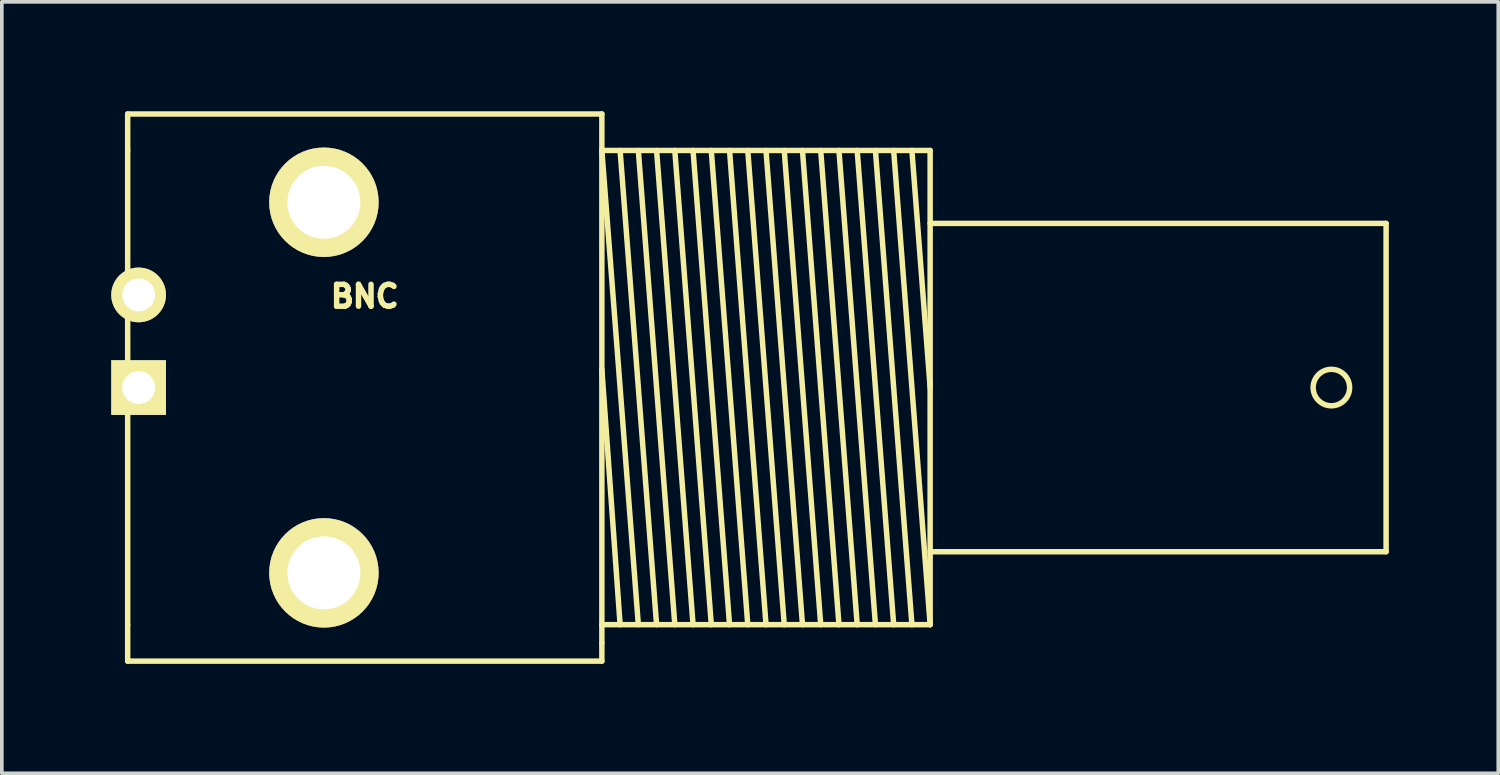
<source format=kicad_pcb>
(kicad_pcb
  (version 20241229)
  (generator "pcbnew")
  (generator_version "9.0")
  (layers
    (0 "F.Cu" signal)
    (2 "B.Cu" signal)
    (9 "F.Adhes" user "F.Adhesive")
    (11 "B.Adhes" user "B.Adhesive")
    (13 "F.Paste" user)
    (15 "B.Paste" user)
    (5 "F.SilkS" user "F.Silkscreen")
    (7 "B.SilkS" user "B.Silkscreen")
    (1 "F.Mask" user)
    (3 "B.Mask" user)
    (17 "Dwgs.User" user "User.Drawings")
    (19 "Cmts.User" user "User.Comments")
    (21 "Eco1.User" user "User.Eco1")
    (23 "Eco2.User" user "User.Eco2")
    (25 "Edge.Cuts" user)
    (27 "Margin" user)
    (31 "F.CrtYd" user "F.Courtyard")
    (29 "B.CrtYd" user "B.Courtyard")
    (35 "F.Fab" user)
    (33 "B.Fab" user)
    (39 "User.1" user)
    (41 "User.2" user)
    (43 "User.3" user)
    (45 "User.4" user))
  (footprint "BNC"
    (layer "F.Cu")
    (at 6.95 7.575)
    (property "Reference" "BNC" (at 0 -2.5 0) (layer "F.SilkS") (effects (font (size 0.6 0.6) (thickness 0.15))))
    (attr through_hole)
    (fp_line (start -6.5 -7.5) (end -6.5 -6.5) (stroke (width 0.15) (type solid)) (layer "F.SilkS"))
    (fp_line (start -6.5 6.5) (end -6.5 -6.5) (stroke (width 0.15) (type solid)) (layer "F.SilkS"))
    (fp_line (start -6.5 7.5) (end -6.5 6.5) (stroke (width 0.15) (type solid)) (layer "F.SilkS"))
    (fp_line (start 6.5 -7.5) (end -6.5 -7.5) (stroke (width 0.15) (type solid)) (layer "F.SilkS"))
    (fp_line (start 6.5 -7.5) (end 6.5 -6.5) (stroke (width 0.15) (type solid)) (layer "F.SilkS"))
    (fp_line (start 6.5 -6.5) (end 6.5 6.5) (stroke (width 0.15) (type solid)) (layer "F.SilkS"))
    (fp_line (start 6.5 6.5) (end 15.5 6.5) (stroke (width 0.15) (type solid)) (layer "F.SilkS"))
    (fp_line (start 6.5 7) (end 6.5 6.5) (stroke (width 0.15) (type solid)) (layer "F.SilkS"))
    (fp_line (start 6.5 7) (end 6.5 7.5) (stroke (width 0.15) (type solid)) (layer "F.SilkS"))
    (fp_line (start 6.5 7.5) (end -6.5 7.5) (stroke (width 0.15) (type solid)) (layer "F.SilkS"))
    (fp_line (start 7 6.5) (end 6.5 -0.5) (stroke (width 0.15) (type solid)) (layer "F.SilkS"))
    (fp_line (start 7.5 -6.5) (end 8.5 6.5) (stroke (width 0.15) (type solid)) (layer "F.SilkS"))
    (fp_line (start 7.5 6.5) (end 6.5 -6.5) (stroke (width 0.15) (type solid)) (layer "F.SilkS"))
    (fp_line (start 8 6.5) (end 7 -6.5) (stroke (width 0.15) (type solid)) (layer "F.SilkS"))
    (fp_line (start 9 -6.5) (end 10 6.5) (stroke (width 0.15) (type solid)) (layer "F.SilkS"))
    (fp_line (start 9 6.5) (end 8 -6.5) (stroke (width 0.15) (type solid)) (layer "F.SilkS"))
    (fp_line (start 9.5 6.5) (end 8.5 -6.5) (stroke (width 0.15) (type solid)) (layer "F.SilkS"))
    (fp_line (start 10.5 -6.5) (end 11.5 6.5) (stroke (width 0.15) (type solid)) (layer "F.SilkS"))
    (fp_line (start 10.5 6.5) (end 9.5 -6.5) (stroke (width 0.15) (type solid)) (layer "F.SilkS"))
    (fp_line (start 11 -6.5) (end 12 6.5) (stroke (width 0.15) (type solid)) (layer "F.SilkS"))
    (fp_line (start 11 6.5) (end 10 -6.5) (stroke (width 0.15) (type solid)) (layer "F.SilkS"))
    (fp_line (start 11.5 -6.5) (end 12.5 6.5) (stroke (width 0.15) (type solid)) (layer "F.SilkS"))
    (fp_line (start 12 -6.5) (end 13 6.5) (stroke (width 0.15) (type solid)) (layer "F.SilkS"))
    (fp_line (start 12.5 -6.5) (end 13.5 6.5) (stroke (width 0.15) (type solid)) (layer "F.SilkS"))
    (fp_line (start 13 -6.5) (end 14 6.5) (stroke (width 0.15) (type solid)) (layer "F.SilkS"))
    (fp_line (start 13.5 -6.5) (end 14.5 6.5) (stroke (width 0.15) (type solid)) (layer "F.SilkS"))
    (fp_line (start 14 -6.5) (end 15 6.5) (stroke (width 0.15) (type solid)) (layer "F.SilkS"))
    (fp_line (start 14.5 -6.5) (end 15.5 6.5) (stroke (width 0.15) (type solid)) (layer "F.SilkS"))
    (fp_line (start 15 -6.5) (end 15.5 0) (stroke (width 0.15) (type solid)) (layer "F.SilkS"))
    (fp_line (start 15.5 -6.5) (end 6.5 -6.5) (stroke (width 0.15) (type solid)) (layer "F.SilkS"))
    (fp_line (start 15.5 4.5) (end 28 4.5) (stroke (width 0.15) (type solid)) (layer "F.SilkS"))
    (fp_line (start 15.5 6.5) (end 15.5 -6.5) (stroke (width 0.15) (type solid)) (layer "F.SilkS"))
    (fp_line (start 28 -4.5) (end 15.5 -4.5) (stroke (width 0.15) (type solid)) (layer "F.SilkS"))
    (fp_line (start 28 4.5) (end 28 -4.5) (stroke (width 0.15) (type solid)) (layer "F.SilkS"))
    (fp_circle (center 26.5 0) (end 26 0) (stroke (width 0.15) (type solid)) (fill no) (layer "F.SilkS"))
    (pad "1" thru_hole rect (at -6.2 0) (size 1.5 1.5) (drill 0.9) (layers "*.Cu" "*.Mask" "F.SilkS"))
    (pad "2" thru_hole circle (at -6.2 -2.54) (size 1.5 1.5) (drill 0.9) (layers "*.Cu" "*.Mask" "F.SilkS"))
    (pad "H" thru_hole circle (at -1.12 -5.08) (size 3 3) (drill 2) (layers "*.Cu" "*.Mask" "F.SilkS"))
    (pad "H" thru_hole circle (at -1.12 5.08) (size 3 3) (drill 2) (layers "*.Cu" "*.Mask" "F.SilkS")))
  (gr_rect
    (start -3 -3)
    (end 38.025 18.15)
    (stroke (width 0.1) (type default))
    (fill no)
    (layer "Edge.Cuts")))
</source>
